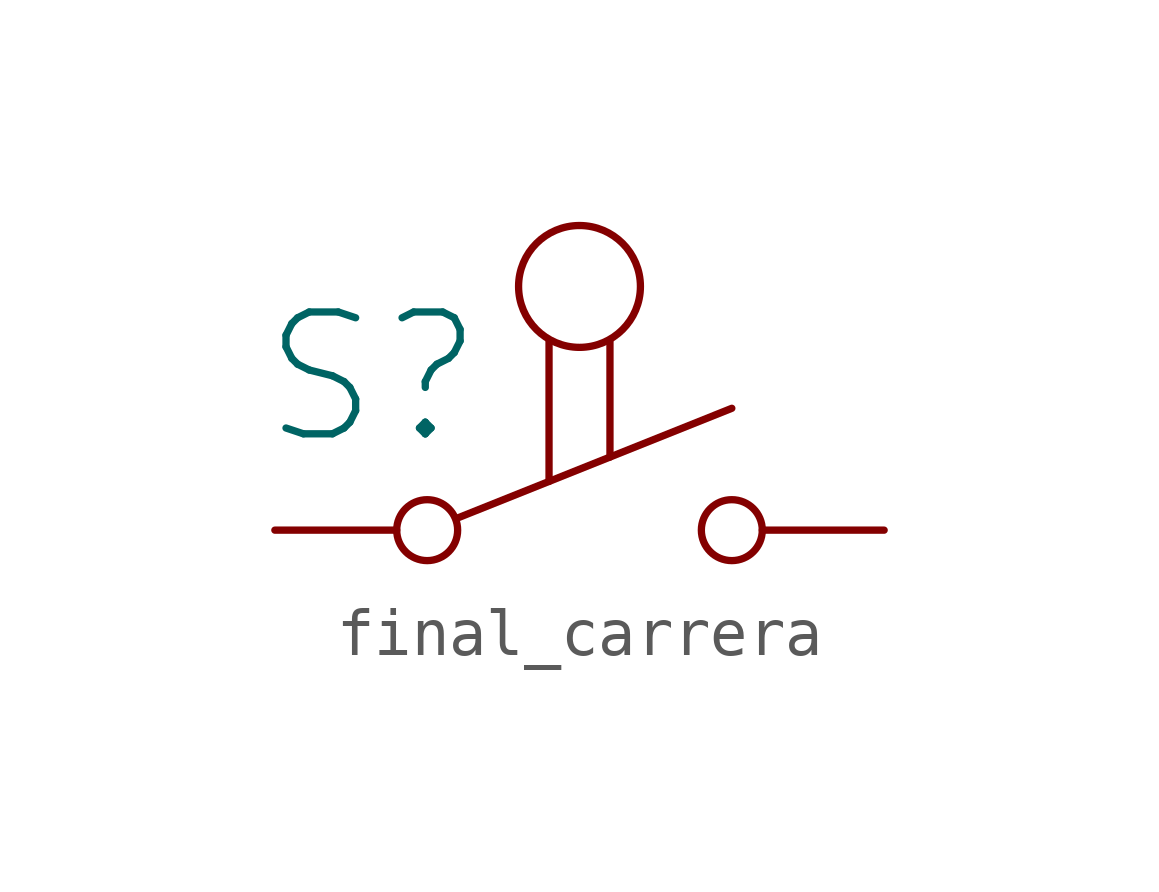
<source format=kicad_sym>
(kicad_symbol_lib
  (version 20211014)
  (generator kicad_symbol_editor)
  (symbol "final_carrera"
    (pin_names
      (offset 1.016))
    (property "Reference" "S"
      (at 4.445 3.175 0)
      (effects (font (size 2.54 2.54)) (justify right)))
    (symbol "final_carrera_0_0"
      (polyline (pts (xy 5.715 1.016) (xy 5.715 3.937)) (stroke (width 0) (type default) (color 0 0 0 0)) (fill (type none)))
      (polyline (pts (xy 6.985 1.524) (xy 6.985 3.937)) (stroke (width 0) (type default) (color 0 0 0 0)) (fill (type none)))
      (polyline (pts (xy 9.525 2.54) (xy 3.81 0.254)) (stroke (width 0) (type default) (color 0 0 0 0)) (fill (type none)))
      (circle (center 3.175 0) (radius 0.635) (stroke (width 0) (type default) (color 0 0 0 0)) (fill (type none)))
      (circle (center 6.35 5.08) (radius 1.27) (stroke (width 0) (type default) (color 0 0 0 0)) (fill (type none)))
      (circle (center 9.525 0) (radius 0.635) (stroke (width 0) (type default) (color 0 0 0 0)) (fill (type none))))
    (symbol "final_carrera_1_1"
      (pin input line (at 0 0 0) (length 2.54) (name "~" (effects (font (size 1.27 1.27)))) (number "~" (effects (font (size 1.143 1.143)))))
      (pin input line (at 12.7 0 180) (length 2.54) (name "~" (effects (font (size 1.27 1.27)))) (number "~" (effects (font (size 1.143 1.143))))))))
</source>
